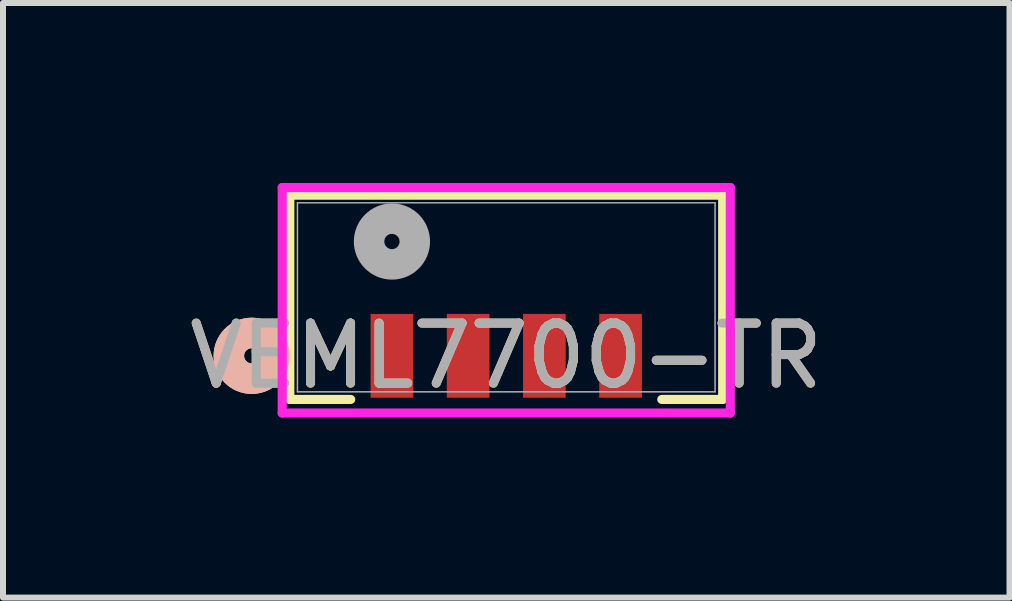
<source format=kicad_pcb>
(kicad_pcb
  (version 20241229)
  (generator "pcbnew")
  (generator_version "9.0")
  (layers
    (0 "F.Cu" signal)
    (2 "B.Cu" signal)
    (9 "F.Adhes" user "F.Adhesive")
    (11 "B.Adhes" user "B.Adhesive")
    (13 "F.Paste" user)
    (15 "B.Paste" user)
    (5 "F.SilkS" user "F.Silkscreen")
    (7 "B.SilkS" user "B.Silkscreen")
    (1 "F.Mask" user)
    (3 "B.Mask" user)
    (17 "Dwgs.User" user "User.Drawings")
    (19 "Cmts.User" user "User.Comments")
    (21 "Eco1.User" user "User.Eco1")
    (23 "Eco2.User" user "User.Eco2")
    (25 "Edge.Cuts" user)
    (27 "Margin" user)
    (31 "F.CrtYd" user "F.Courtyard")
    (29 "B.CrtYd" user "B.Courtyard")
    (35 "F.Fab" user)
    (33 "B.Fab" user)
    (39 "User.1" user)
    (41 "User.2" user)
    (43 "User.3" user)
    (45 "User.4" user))
  (footprint "VEML7700-TR"
    (layer "F.Cu")
    (at 5.387 1.905)
    (property "Reference" "VEML7700-TR" (at 0 0.975 0) (unlocked yes) (layer "F.SilkS") (effects (font (size 1 1) (thickness 0.15))))
    (attr smd)
    (fp_line (start -3.607 -1.702) (end -3.607 1.702) (stroke (width 0.152) (type solid)) (layer "F.SilkS"))
    (fp_line (start -3.607 1.702) (end -2.592 1.702) (stroke (width 0.152) (type solid)) (layer "F.SilkS"))
    (fp_line (start 2.592 1.702) (end 3.607 1.702) (stroke (width 0.152) (type solid)) (layer "F.SilkS"))
    (fp_line (start 3.607 -1.702) (end -3.607 -1.702) (stroke (width 0.152) (type solid)) (layer "F.SilkS"))
    (fp_line (start 3.607 1.702) (end 3.607 -1.702) (stroke (width 0.152) (type solid)) (layer "F.SilkS"))
    (fp_circle (center -4.242 0.975) (end -3.861 0.975) (stroke (width 0.508) (type solid)) (fill no) (layer "F.SilkS"))
    (fp_circle (center -4.242 0.975) (end -3.861 0.975) (stroke (width 0.508) (type solid)) (fill no) (layer "B.SilkS"))
    (fp_line (start -3.734 -1.829) (end -3.734 1.928) (stroke (width 0.152) (type solid)) (layer "F.CrtYd"))
    (fp_line (start -3.734 1.928) (end 3.734 1.928) (stroke (width 0.152) (type solid)) (layer "F.CrtYd"))
    (fp_line (start 3.734 -1.829) (end -3.734 -1.829) (stroke (width 0.152) (type solid)) (layer "F.CrtYd"))
    (fp_line (start 3.734 1.928) (end 3.734 -1.829) (stroke (width 0.152) (type solid)) (layer "F.CrtYd"))
    (fp_line (start -3.48 -1.575) (end -3.48 1.575) (stroke (width 0.025) (type solid)) (layer "F.Fab"))
    (fp_line (start -3.48 1.575) (end 3.48 1.575) (stroke (width 0.025) (type solid)) (layer "F.Fab"))
    (fp_line (start 3.48 -1.575) (end -3.48 -1.575) (stroke (width 0.025) (type solid)) (layer "F.Fab"))
    (fp_line (start 3.48 1.575) (end 3.48 -1.575) (stroke (width 0.025) (type solid)) (layer "F.Fab"))
    (fp_circle (center -1.905 -0.93) (end -1.524 -0.93) (stroke (width 0.508) (type solid)) (fill no) (layer "F.Fab"))
    (fp_text user "${REFERENCE}" (at 0 0.975 0) (unlocked yes) (layer "F.Fab") (effects (font (size 1 1) (thickness 0.15))))
    (pad "1" smd rect (at -1.905 0.975) (size 0.711 1.397) (layers "F.Cu" "F.Mask" "F.Paste"))
    (pad "2" smd rect (at -0.635 0.975) (size 0.711 1.397) (layers "F.Cu" "F.Mask" "F.Paste"))
    (pad "3" smd rect (at 0.635 0.975) (size 0.711 1.397) (layers "F.Cu" "F.Mask" "F.Paste"))
    (pad "4" smd rect (at 1.905 0.975) (size 0.711 1.397) (layers "F.Cu" "F.Mask" "F.Paste")))
  (gr_rect
    (start -3 -3)
    (end 13.774 6.909)
    (stroke (width 0.1) (type default))
    (fill no)
    (layer "Edge.Cuts")))
</source>
